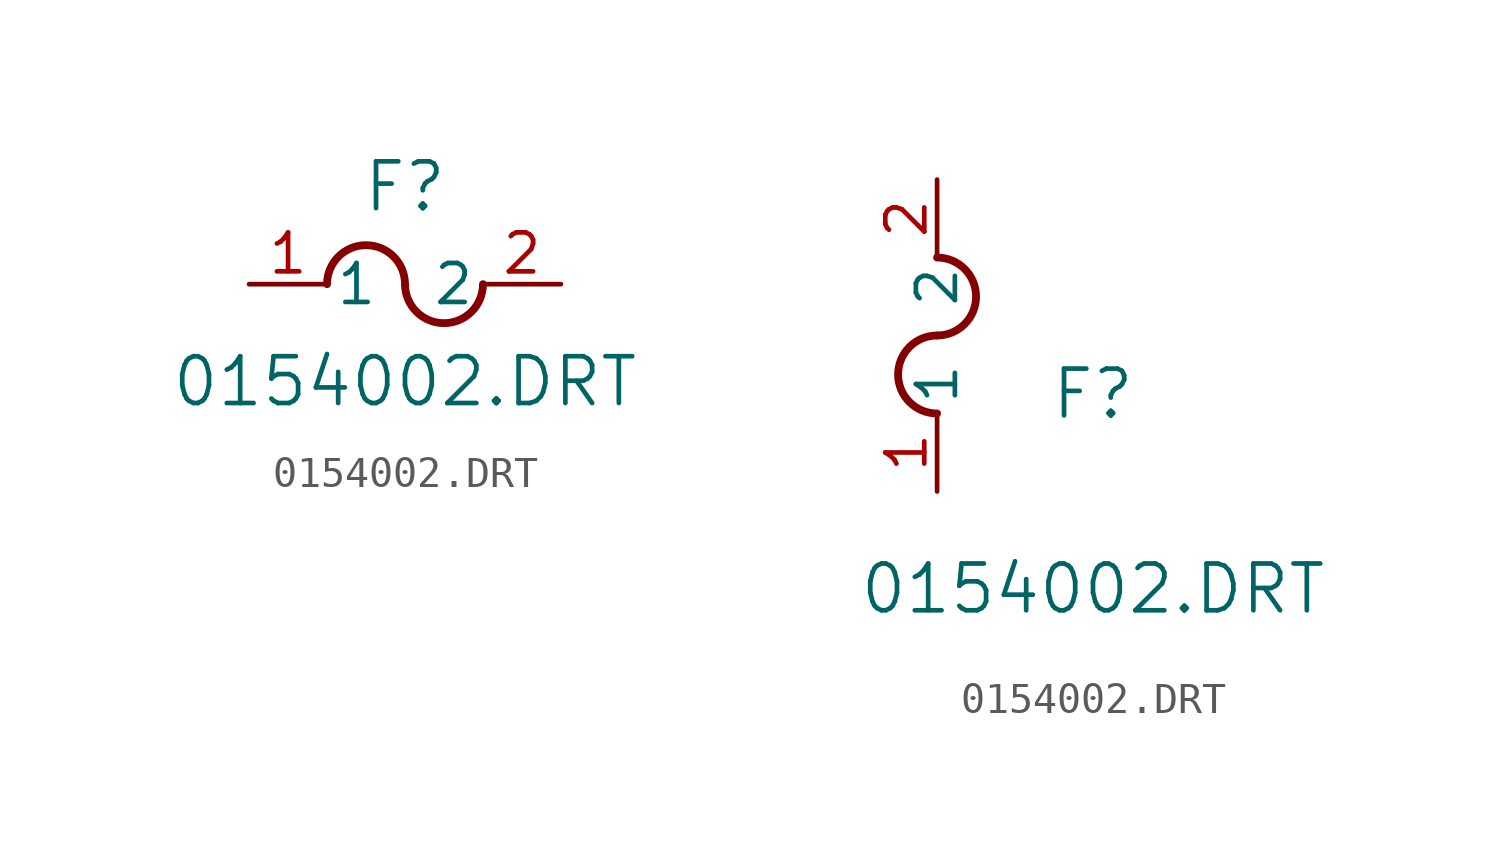
<source format=kicad_sym>
(kicad_symbol_lib
  (version 20211014)
  (generator kicad_symbol_editor)
  (symbol "0154002.DRT"
    (pin_names
      (offset 0.254))
    (property "Reference" "F"
      (at 5.08 3.175 0)
      (effects (font (size 1.524 1.524))))
    (property "Value" "0154002.DRT"
      (at 5.08 -3.175 0)
      (effects (font (size 1.524 1.524))))
    (symbol "0154002.DRT_1_1"
      (arc (start 5.08 0) (mid 3.81 1.27) (end 2.54 0) (stroke (width 0.254) (type default) (color 0 0 0 0)) (fill (type none)))
      (arc (start 5.08 0) (mid 6.35 -1.27) (end 7.62 0) (stroke (width 0.254) (type default) (color 0 0 0 0)) (fill (type none)))
      (pin unspecified line (at 0 0 0) (length 2.54) (name "1" (effects (font (size 1.27 1.27)))) (number "1" (effects (font (size 1.27 1.27)))))
      (pin unspecified line (at 10.16 0 180) (length 2.54) (name "2" (effects (font (size 1.27 1.27)))) (number "2" (effects (font (size 1.27 1.27))))))
    (symbol "0154002.DRT_1_2"
      (arc (start 0 5.08) (mid -1.27 3.81) (end 0 2.54) (stroke (width 0.254) (type default) (color 0 0 0 0)) (fill (type none)))
      (arc (start 0 5.08) (mid 1.27 6.35) (end 0 7.62) (stroke (width 0.254) (type default) (color 0 0 0 0)) (fill (type none)))
      (pin unspecified line (at 0 0 90) (length 2.54) (name "1" (effects (font (size 1.27 1.27)))) (number "1" (effects (font (size 1.27 1.27)))))
      (pin unspecified line (at 0 10.16 270) (length 2.54) (name "2" (effects (font (size 1.27 1.27)))) (number "2" (effects (font (size 1.27 1.27))))))))
</source>
